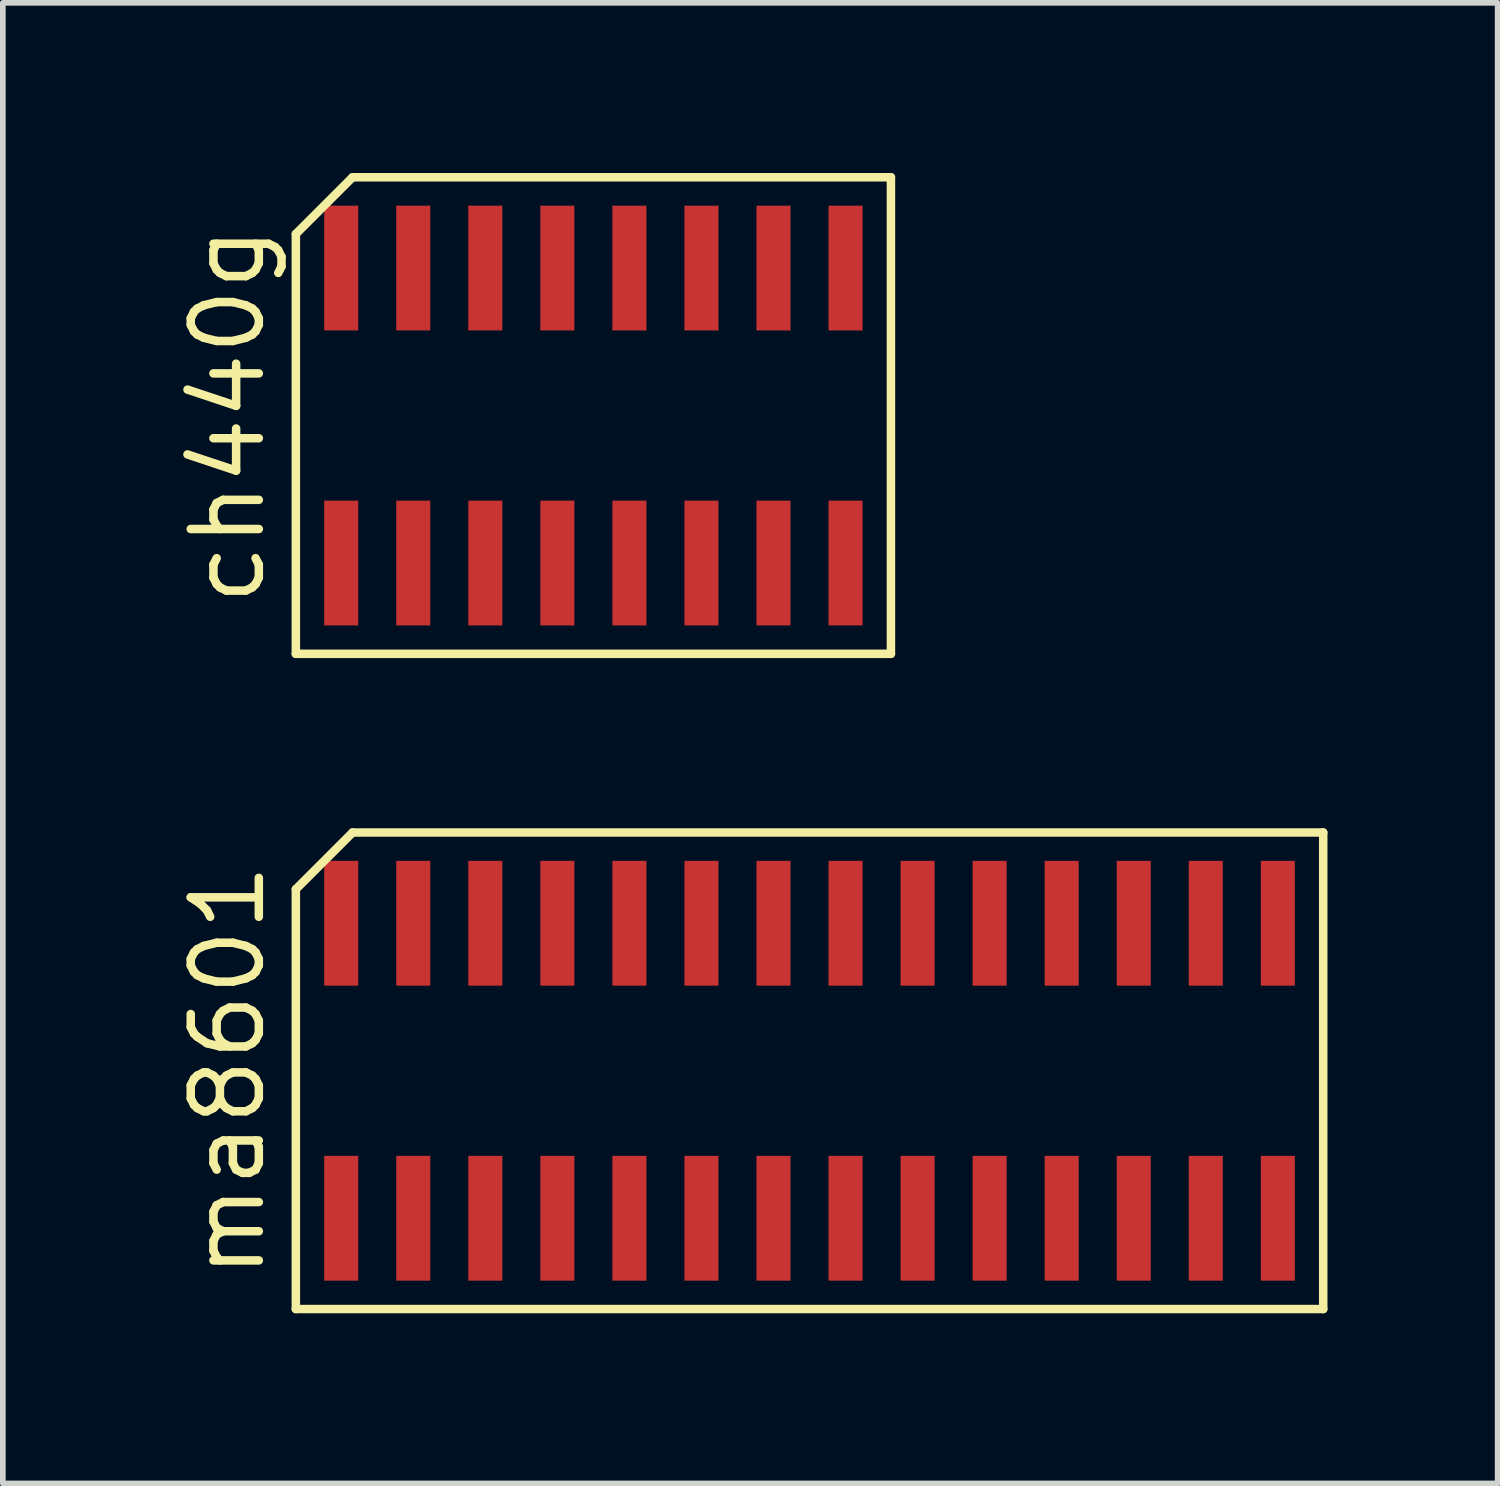
<source format=kicad_pcb>
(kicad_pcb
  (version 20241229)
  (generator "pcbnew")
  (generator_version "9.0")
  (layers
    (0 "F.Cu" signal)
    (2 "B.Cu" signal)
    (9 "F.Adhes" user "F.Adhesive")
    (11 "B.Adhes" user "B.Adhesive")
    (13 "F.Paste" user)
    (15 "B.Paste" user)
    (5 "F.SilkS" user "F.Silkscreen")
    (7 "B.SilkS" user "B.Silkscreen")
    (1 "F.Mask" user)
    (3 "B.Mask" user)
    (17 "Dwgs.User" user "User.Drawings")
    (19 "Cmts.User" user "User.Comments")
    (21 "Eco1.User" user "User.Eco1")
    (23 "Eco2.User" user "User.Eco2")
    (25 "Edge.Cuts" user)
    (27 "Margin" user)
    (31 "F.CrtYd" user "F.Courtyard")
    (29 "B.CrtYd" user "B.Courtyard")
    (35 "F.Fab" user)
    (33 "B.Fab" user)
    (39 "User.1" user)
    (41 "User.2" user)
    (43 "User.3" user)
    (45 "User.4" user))
  (footprint "ch440g"
    (layer "F.Cu")
    (at 7.41 4.275)
    (property "Reference" "ch440g" (at -6.445 0 90) (layer "F.SilkS") (effects (font (size 1.2 1.2) (thickness 0.15))))
    (attr through_hole)
    (fp_line (start -5.245 -3.2) (end -5.245 4.2) (stroke (width 0.15) (type solid)) (layer "F.SilkS"))
    (fp_line (start -5.245 4.2) (end 5.245 4.2) (stroke (width 0.15) (type solid)) (layer "F.SilkS"))
    (fp_line (start -4.245 -4.2) (end -5.245 -3.2) (stroke (width 0.15) (type solid)) (layer "F.SilkS"))
    (fp_line (start 5.245 -4.2) (end -4.245 -4.2) (stroke (width 0.15) (type solid)) (layer "F.SilkS"))
    (fp_line (start 5.245 4.2) (end 5.245 -4.2) (stroke (width 0.15) (type solid)) (layer "F.SilkS"))
    (pad "1" smd rect (at -4.445 2.6) (size 0.6 2.2) (layers "F.Cu" "F.Mask" "F.Paste"))
    (pad "2" smd rect (at -3.175 2.6) (size 0.6 2.2) (layers "F.Cu" "F.Mask" "F.Paste"))
    (pad "3" smd rect (at -1.905 2.6) (size 0.6 2.2) (layers "F.Cu" "F.Mask" "F.Paste"))
    (pad "4" smd rect (at -0.635 2.6) (size 0.6 2.2) (layers "F.Cu" "F.Mask" "F.Paste"))
    (pad "5" smd rect (at 0.635 2.6) (size 0.6 2.2) (layers "F.Cu" "F.Mask" "F.Paste"))
    (pad "6" smd rect (at 1.905 2.6) (size 0.6 2.2) (layers "F.Cu" "F.Mask" "F.Paste"))
    (pad "7" smd rect (at 3.175 2.6) (size 0.6 2.2) (layers "F.Cu" "F.Mask" "F.Paste"))
    (pad "8" smd rect (at 4.445 2.6) (size 0.6 2.2) (layers "F.Cu" "F.Mask" "F.Paste"))
    (pad "9" smd rect (at 4.445 -2.6) (size 0.6 2.2) (layers "F.Cu" "F.Mask" "F.Paste"))
    (pad "10" smd rect (at 3.175 -2.6) (size 0.6 2.2) (layers "F.Cu" "F.Mask" "F.Paste"))
    (pad "11" smd rect (at 1.905 -2.6) (size 0.6 2.2) (layers "F.Cu" "F.Mask" "F.Paste"))
    (pad "12" smd rect (at 0.635 -2.6) (size 0.6 2.2) (layers "F.Cu" "F.Mask" "F.Paste"))
    (pad "13" smd rect (at -0.635 -2.6) (size 0.6 2.2) (layers "F.Cu" "F.Mask" "F.Paste"))
    (pad "14" smd rect (at -1.905 -2.6) (size 0.6 2.2) (layers "F.Cu" "F.Mask" "F.Paste"))
    (pad "15" smd rect (at -3.175 -2.6) (size 0.6 2.2) (layers "F.Cu" "F.Mask" "F.Paste"))
    (pad "16" smd rect (at -4.445 -2.6) (size 0.6 2.2) (layers "F.Cu" "F.Mask" "F.Paste")))
  (footprint "ma8601"
    (layer "F.Cu")
    (at 11.22 15.825)
    (property "Reference" "ma8601" (at -10.255 0 90) (layer "F.SilkS") (effects (font (size 1.2 1.2) (thickness 0.15))))
    (attr through_hole)
    (fp_line (start -9.055 -3.2) (end -9.055 4.2) (stroke (width 0.15) (type solid)) (layer "F.SilkS"))
    (fp_line (start -9.055 4.2) (end 9.055 4.2) (stroke (width 0.15) (type solid)) (layer "F.SilkS"))
    (fp_line (start -8.055 -4.2) (end -9.055 -3.2) (stroke (width 0.15) (type solid)) (layer "F.SilkS"))
    (fp_line (start 9.055 -4.2) (end -8.055 -4.2) (stroke (width 0.15) (type solid)) (layer "F.SilkS"))
    (fp_line (start 9.055 4.2) (end 9.055 -4.2) (stroke (width 0.15) (type solid)) (layer "F.SilkS"))
    (pad "1" smd rect (at -8.255 2.6) (size 0.6 2.2) (layers "F.Cu" "F.Mask" "F.Paste"))
    (pad "2" smd rect (at -6.985 2.6) (size 0.6 2.2) (layers "F.Cu" "F.Mask" "F.Paste"))
    (pad "3" smd rect (at -5.715 2.6) (size 0.6 2.2) (layers "F.Cu" "F.Mask" "F.Paste"))
    (pad "4" smd rect (at -4.445 2.6) (size 0.6 2.2) (layers "F.Cu" "F.Mask" "F.Paste"))
    (pad "5" smd rect (at -3.175 2.6) (size 0.6 2.2) (layers "F.Cu" "F.Mask" "F.Paste"))
    (pad "6" smd rect (at -1.905 2.6) (size 0.6 2.2) (layers "F.Cu" "F.Mask" "F.Paste"))
    (pad "7" smd rect (at -0.635 2.6) (size 0.6 2.2) (layers "F.Cu" "F.Mask" "F.Paste"))
    (pad "8" smd rect (at 0.635 2.6) (size 0.6 2.2) (layers "F.Cu" "F.Mask" "F.Paste"))
    (pad "9" smd rect (at 1.905 2.6) (size 0.6 2.2) (layers "F.Cu" "F.Mask" "F.Paste"))
    (pad "10" smd rect (at 3.175 2.6) (size 0.6 2.2) (layers "F.Cu" "F.Mask" "F.Paste"))
    (pad "11" smd rect (at 4.445 2.6) (size 0.6 2.2) (layers "F.Cu" "F.Mask" "F.Paste"))
    (pad "12" smd rect (at 5.715 2.6) (size 0.6 2.2) (layers "F.Cu" "F.Mask" "F.Paste"))
    (pad "13" smd rect (at 6.985 2.6) (size 0.6 2.2) (layers "F.Cu" "F.Mask" "F.Paste"))
    (pad "14" smd rect (at 8.255 2.6) (size 0.6 2.2) (layers "F.Cu" "F.Mask" "F.Paste"))
    (pad "15" smd rect (at 8.255 -2.6) (size 0.6 2.2) (layers "F.Cu" "F.Mask" "F.Paste"))
    (pad "16" smd rect (at 6.985 -2.6) (size 0.6 2.2) (layers "F.Cu" "F.Mask" "F.Paste"))
    (pad "17" smd rect (at 5.715 -2.6) (size 0.6 2.2) (layers "F.Cu" "F.Mask" "F.Paste"))
    (pad "18" smd rect (at 4.445 -2.6) (size 0.6 2.2) (layers "F.Cu" "F.Mask" "F.Paste"))
    (pad "19" smd rect (at 3.175 -2.6) (size 0.6 2.2) (layers "F.Cu" "F.Mask" "F.Paste"))
    (pad "20" smd rect (at 1.905 -2.6) (size 0.6 2.2) (layers "F.Cu" "F.Mask" "F.Paste"))
    (pad "21" smd rect (at 0.635 -2.6) (size 0.6 2.2) (layers "F.Cu" "F.Mask" "F.Paste"))
    (pad "22" smd rect (at -0.635 -2.6) (size 0.6 2.2) (layers "F.Cu" "F.Mask" "F.Paste"))
    (pad "23" smd rect (at -1.905 -2.6) (size 0.6 2.2) (layers "F.Cu" "F.Mask" "F.Paste"))
    (pad "24" smd rect (at -3.175 -2.6) (size 0.6 2.2) (layers "F.Cu" "F.Mask" "F.Paste"))
    (pad "25" smd rect (at -4.445 -2.6) (size 0.6 2.2) (layers "F.Cu" "F.Mask" "F.Paste"))
    (pad "26" smd rect (at -5.715 -2.6) (size 0.6 2.2) (layers "F.Cu" "F.Mask" "F.Paste"))
    (pad "27" smd rect (at -6.985 -2.6) (size 0.6 2.2) (layers "F.Cu" "F.Mask" "F.Paste"))
    (pad "28" smd rect (at -8.255 -2.6) (size 0.6 2.2) (layers "F.Cu" "F.Mask" "F.Paste")))
  (gr_rect
    (start -3 -3)
    (end 23.35 23.1)
    (stroke (width 0.1) (type default))
    (fill no)
    (layer "Edge.Cuts")))
</source>
